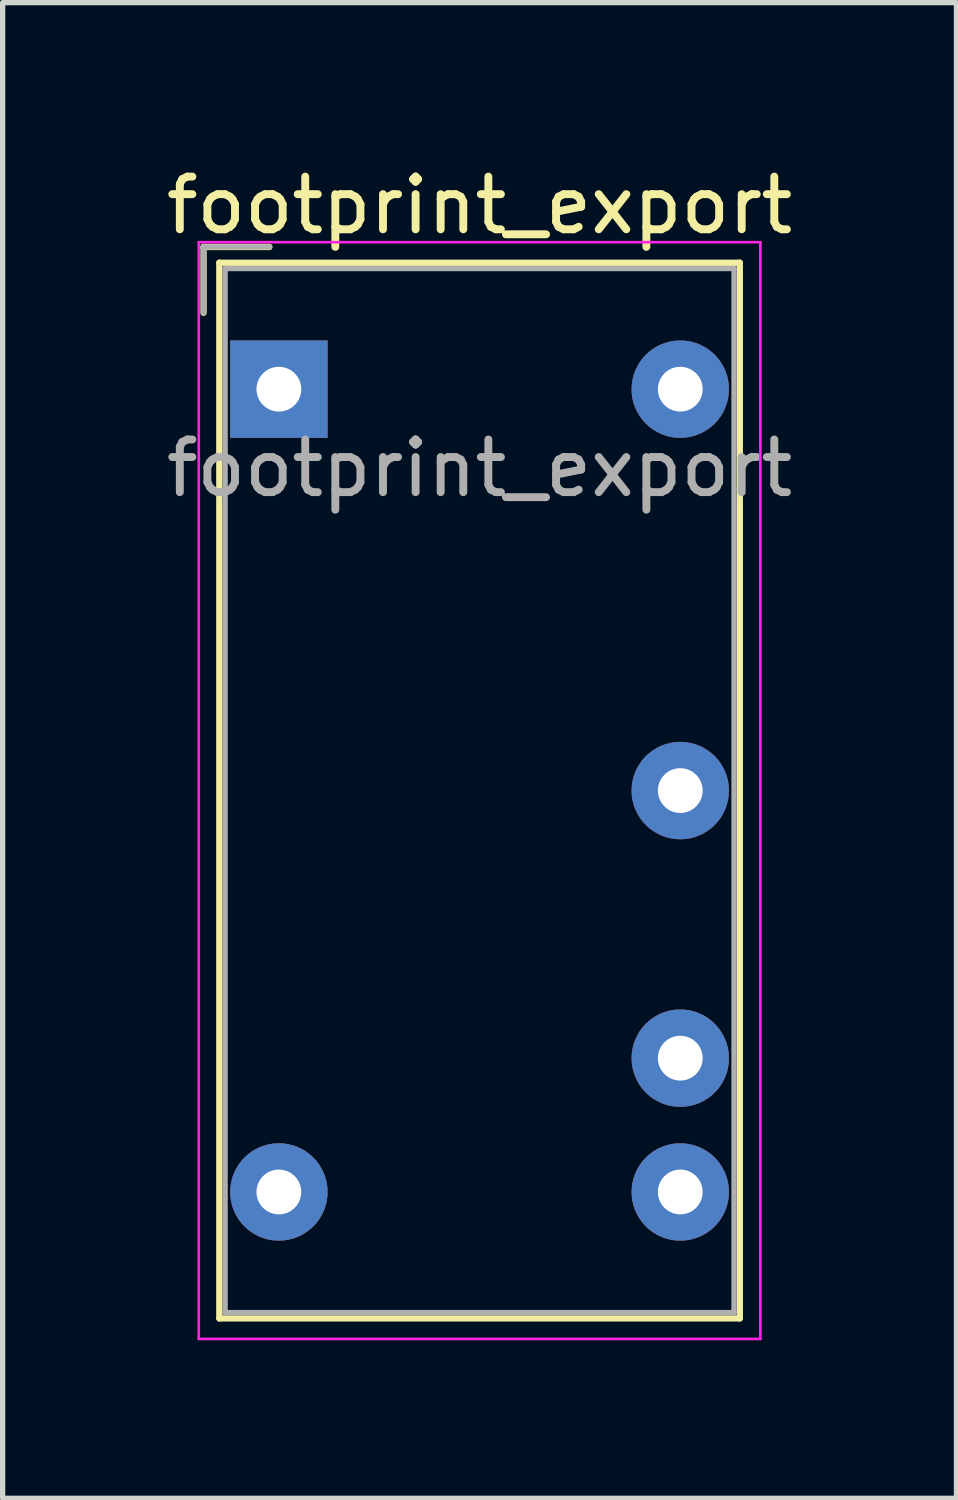
<source format=kicad_pcb>
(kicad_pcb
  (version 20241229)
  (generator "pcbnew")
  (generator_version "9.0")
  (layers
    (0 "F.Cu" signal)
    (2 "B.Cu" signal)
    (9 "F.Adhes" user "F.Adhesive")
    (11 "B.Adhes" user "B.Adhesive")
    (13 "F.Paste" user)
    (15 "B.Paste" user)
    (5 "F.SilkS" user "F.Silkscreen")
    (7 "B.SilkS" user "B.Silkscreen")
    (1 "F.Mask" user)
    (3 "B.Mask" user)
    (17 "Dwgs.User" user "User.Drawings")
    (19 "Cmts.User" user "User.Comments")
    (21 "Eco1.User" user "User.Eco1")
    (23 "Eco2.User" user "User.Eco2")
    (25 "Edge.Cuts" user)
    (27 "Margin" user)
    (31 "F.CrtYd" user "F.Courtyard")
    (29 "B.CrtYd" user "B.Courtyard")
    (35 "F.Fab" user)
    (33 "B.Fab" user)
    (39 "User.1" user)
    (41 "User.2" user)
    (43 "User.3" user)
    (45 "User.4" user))
  (footprint "footprint_export"
    (layer "F.Cu")
    (at 2.244 4.338)
    (property "Reference" "footprint_export" (at 3.81 -3.49 0) (layer "F.SilkS") (effects (font (size 1 1) (thickness 0.15))))
    (attr through_hole)
    (fp_line (start -1.43 -2.7) (end -1.43 -1.45) (stroke (width 0.12) (type solid)) (layer "F.SilkS"))
    (fp_line (start -1.13 -2.4) (end -1.13 17.64) (stroke (width 0.12) (type solid)) (layer "F.SilkS"))
    (fp_line (start -1.13 17.64) (end 8.75 17.64) (stroke (width 0.12) (type solid)) (layer "F.SilkS"))
    (fp_line (start -0.18 -2.7) (end -1.43 -2.7) (stroke (width 0.12) (type solid)) (layer "F.SilkS"))
    (fp_line (start 8.75 -2.4) (end -1.13 -2.4) (stroke (width 0.12) (type solid)) (layer "F.SilkS"))
    (fp_line (start 8.75 17.64) (end 8.75 -2.4) (stroke (width 0.12) (type solid)) (layer "F.SilkS"))
    (fp_line (start -1.52 -2.79) (end -1.52 18.03) (stroke (width 0.05) (type solid)) (layer "F.CrtYd"))
    (fp_line (start -1.52 18.03) (end 9.14 18.03) (stroke (width 0.05) (type solid)) (layer "F.CrtYd"))
    (fp_line (start 9.14 -2.79) (end -1.52 -2.79) (stroke (width 0.05) (type solid)) (layer "F.CrtYd"))
    (fp_line (start 9.14 18.03) (end 9.14 -2.79) (stroke (width 0.05) (type solid)) (layer "F.CrtYd"))
    (fp_line (start -1.43 -2.7) (end -1.43 -1.45) (stroke (width 0.1) (type solid)) (layer "F.Fab"))
    (fp_line (start -1.02 -2.29) (end -1.02 17.53) (stroke (width 0.1) (type solid)) (layer "F.Fab"))
    (fp_line (start -1.02 17.53) (end 8.64 17.53) (stroke (width 0.1) (type solid)) (layer "F.Fab"))
    (fp_line (start -0.18 -2.7) (end -1.43 -2.7) (stroke (width 0.1) (type solid)) (layer "F.Fab"))
    (fp_line (start 8.64 -2.29) (end -1.02 -2.29) (stroke (width 0.1) (type solid)) (layer "F.Fab"))
    (fp_line (start 8.64 17.53) (end 8.64 -2.29) (stroke (width 0.1) (type solid)) (layer "F.Fab"))
    (fp_text user "${REFERENCE}" (at 3.81 1.5 0) (layer "F.Fab") (effects (font (size 1 1) (thickness 0.15))))
    (pad "1" thru_hole rect (at 0 0) (size 1.85 1.85) (drill 0.85) (layers "*.Cu" "*.Mask"))
    (pad "2" thru_hole circle (at 0 15.24) (size 1.85 1.85) (drill 0.85) (layers "*.Cu" "*.Mask"))
    (pad "3" thru_hole circle (at 7.62 0) (size 1.85 1.85) (drill 0.85) (layers "*.Cu" "*.Mask"))
    (pad "4" thru_hole circle (at 7.62 7.62) (size 1.85 1.85) (drill 0.85) (layers "*.Cu" "*.Mask"))
    (pad "5" thru_hole circle (at 7.62 12.7) (size 1.85 1.85) (drill 0.85) (layers "*.Cu" "*.Mask"))
    (pad "6" thru_hole circle (at 7.62 15.24) (size 1.85 1.85) (drill 0.85) (layers "*.Cu" "*.Mask")))
  (gr_rect
    (start -3 -3)
    (end 15.107 25.393)
    (stroke (width 0.1) (type default))
    (fill no)
    (layer "Edge.Cuts")))
</source>
